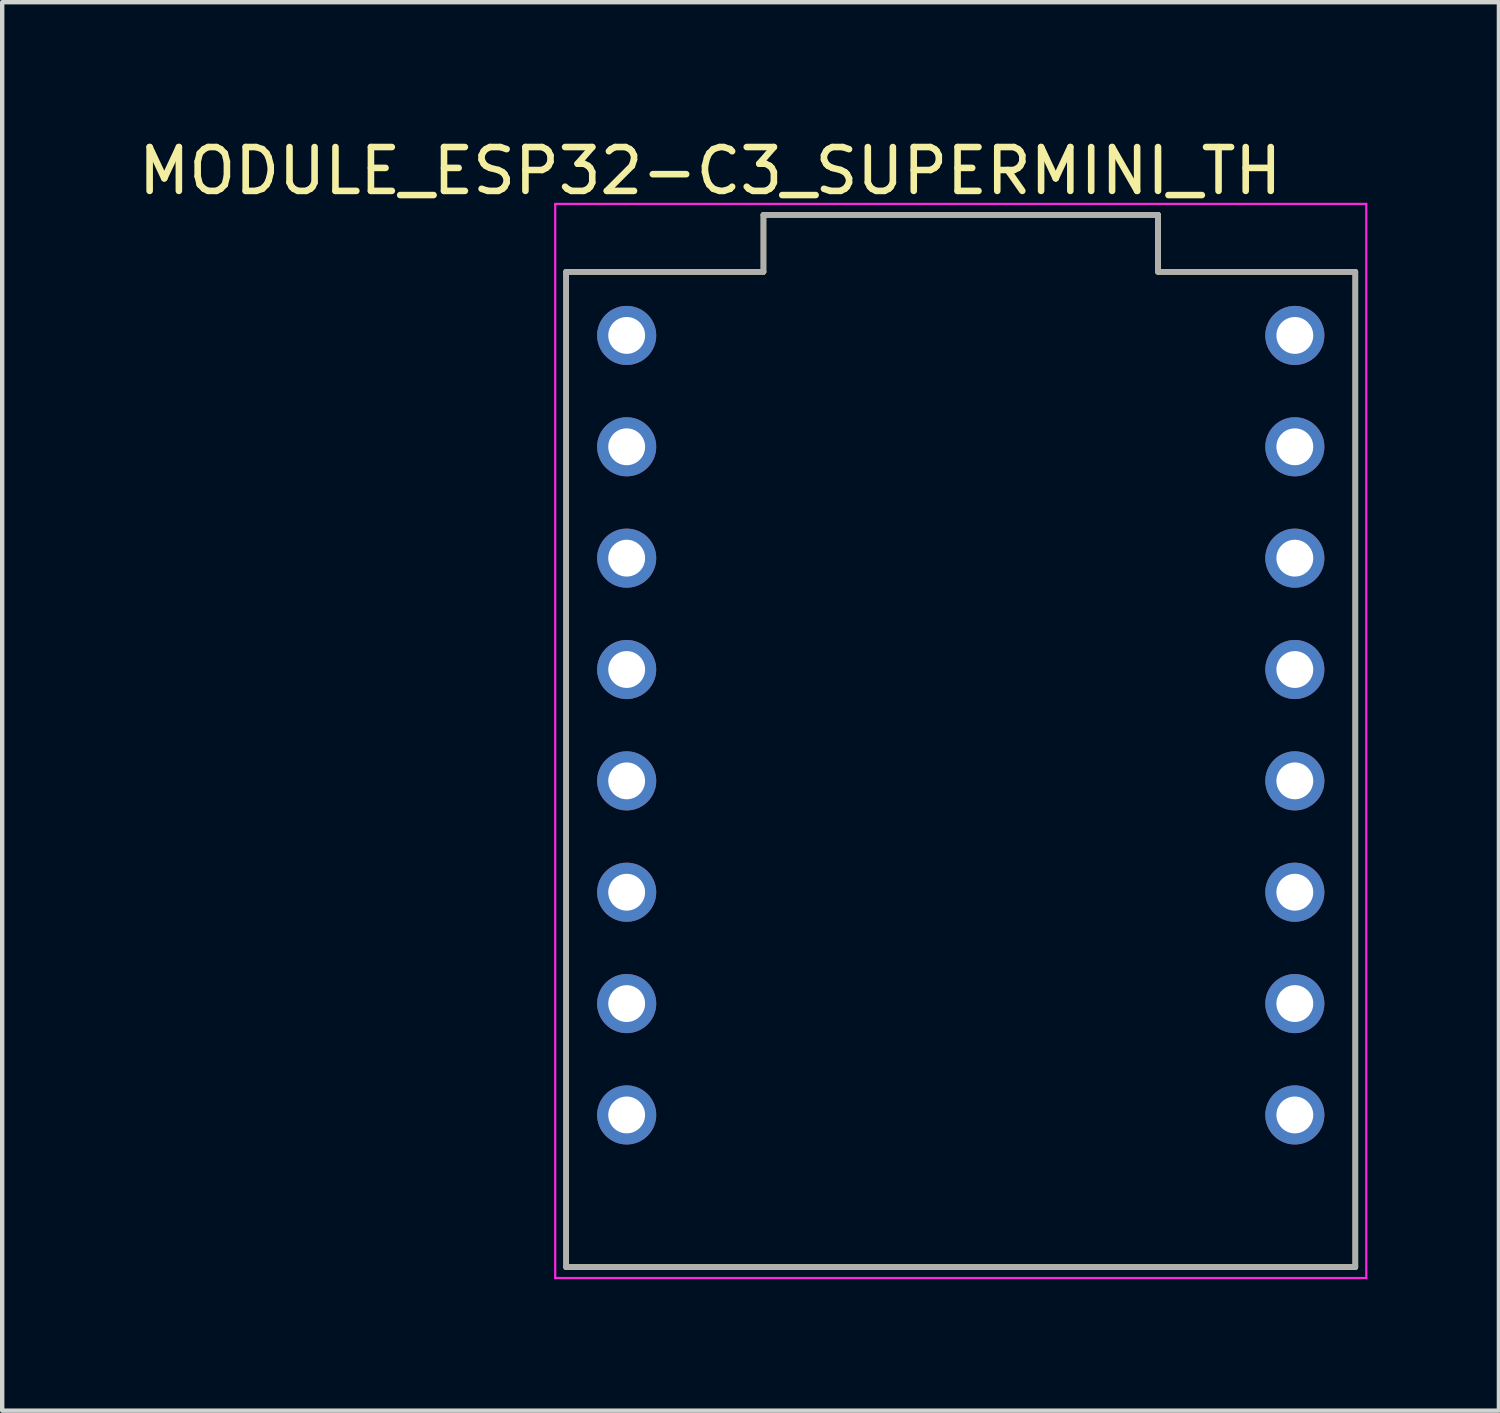
<source format=kicad_pcb>
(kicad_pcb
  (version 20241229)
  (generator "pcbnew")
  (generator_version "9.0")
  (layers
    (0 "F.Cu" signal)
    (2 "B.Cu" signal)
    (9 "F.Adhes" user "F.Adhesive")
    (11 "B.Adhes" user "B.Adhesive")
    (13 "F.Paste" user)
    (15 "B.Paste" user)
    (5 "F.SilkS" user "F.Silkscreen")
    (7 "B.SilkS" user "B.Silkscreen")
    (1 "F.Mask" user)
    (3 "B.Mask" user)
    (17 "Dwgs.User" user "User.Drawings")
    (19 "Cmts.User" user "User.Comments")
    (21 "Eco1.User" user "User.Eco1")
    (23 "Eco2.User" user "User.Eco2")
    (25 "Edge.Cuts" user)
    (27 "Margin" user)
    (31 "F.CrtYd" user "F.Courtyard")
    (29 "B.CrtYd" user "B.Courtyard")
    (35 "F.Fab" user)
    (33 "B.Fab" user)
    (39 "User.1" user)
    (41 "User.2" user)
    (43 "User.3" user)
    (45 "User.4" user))
  (footprint "MODULE_ESP32-C3_SUPERMINI_TH"
    (layer "F.Cu")
    (at 18.864 14.501)
    (property "Reference" "MODULE_ESP32-C3_SUPERMINI_TH" (at -5.715 -13.652 0) (layer "F.SilkS") (effects (font (size 1 1) (thickness 0.15))))
    (attr through_hole)
    (fp_line (start -9 11.35) (end -9 -11.35) (stroke (width 0.127) (type solid)) (layer "F.SilkS"))
    (fp_line (start -4.5 -12.65) (end -4.5 -11.35) (stroke (width 0.127) (type solid)) (layer "F.SilkS"))
    (fp_line (start -4.5 -11.35) (end -9 -11.35) (stroke (width 0.127) (type solid)) (layer "F.SilkS"))
    (fp_line (start 4.5 -12.65) (end -4.5 -12.65) (stroke (width 0.127) (type solid)) (layer "F.SilkS"))
    (fp_line (start 4.5 -12.65) (end 4.5 -11.35) (stroke (width 0.127) (type solid)) (layer "F.SilkS"))
    (fp_line (start 9 -11.35) (end 4.5 -11.35) (stroke (width 0.127) (type solid)) (layer "F.SilkS"))
    (fp_line (start 9 11.35) (end -9 11.35) (stroke (width 0.127) (type solid)) (layer "F.SilkS"))
    (fp_line (start 9 11.35) (end 9 -11.35) (stroke (width 0.127) (type solid)) (layer "F.SilkS"))
    (fp_line (start -9.25 -12.9) (end 9.25 -12.9) (stroke (width 0.05) (type solid)) (layer "F.CrtYd"))
    (fp_line (start -9.25 11.6) (end -9.25 -12.9) (stroke (width 0.05) (type solid)) (layer "F.CrtYd"))
    (fp_line (start 9.25 -12.9) (end 9.25 11.6) (stroke (width 0.05) (type solid)) (layer "F.CrtYd"))
    (fp_line (start 9.25 11.6) (end -9.25 11.6) (stroke (width 0.05) (type solid)) (layer "F.CrtYd"))
    (fp_line (start -9 11.35) (end -9 -11.35) (stroke (width 0.127) (type solid)) (layer "F.Fab"))
    (fp_line (start -4.5 -12.65) (end -4.5 -11.35) (stroke (width 0.127) (type solid)) (layer "F.Fab"))
    (fp_line (start -4.5 -11.35) (end -9 -11.35) (stroke (width 0.127) (type solid)) (layer "F.Fab"))
    (fp_line (start 4.5 -12.65) (end -4.5 -12.65) (stroke (width 0.127) (type solid)) (layer "F.Fab"))
    (fp_line (start 4.5 -12.65) (end 4.5 -11.35) (stroke (width 0.127) (type solid)) (layer "F.Fab"))
    (fp_line (start 9 -11.35) (end 4.5 -11.35) (stroke (width 0.127) (type solid)) (layer "F.Fab"))
    (fp_line (start 9 11.35) (end -9 11.35) (stroke (width 0.127) (type solid)) (layer "F.Fab"))
    (fp_line (start 9 11.35) (end 9 -11.35) (stroke (width 0.127) (type solid)) (layer "F.Fab"))
    (pad "0" thru_hole circle (at 7.62 7.88) (size 1.348 1.348) (drill 0.84) (layers "*.Cu" "*.Mask"))
    (pad "1" thru_hole circle (at 7.62 5.34) (size 1.348 1.348) (drill 0.84) (layers "*.Cu" "*.Mask"))
    (pad "2" thru_hole circle (at 7.62 2.8) (size 1.348 1.348) (drill 0.84) (layers "*.Cu" "*.Mask"))
    (pad "3" thru_hole circle (at 7.62 0.26) (size 1.348 1.348) (drill 0.84) (layers "*.Cu" "*.Mask"))
    (pad "3.3" thru_hole circle (at 7.62 -4.82) (size 1.348 1.348) (drill 0.84) (layers "*.Cu" "*.Mask"))
    (pad "4" thru_hole circle (at 7.62 -2.28) (size 1.348 1.348) (drill 0.84) (layers "*.Cu" "*.Mask"))
    (pad "5" thru_hole circle (at -7.62 -9.9) (size 1.348 1.348) (drill 0.84) (layers "*.Cu" "*.Mask"))
    (pad "5V" thru_hole circle (at 7.62 -9.9) (size 1.348 1.348) (drill 0.84) (layers "*.Cu" "*.Mask"))
    (pad "6" thru_hole circle (at -7.62 -7.36) (size 1.348 1.348) (drill 0.84) (layers "*.Cu" "*.Mask"))
    (pad "7" thru_hole circle (at -7.62 -4.82) (size 1.348 1.348) (drill 0.84) (layers "*.Cu" "*.Mask"))
    (pad "8" thru_hole circle (at -7.62 -2.28) (size 1.348 1.348) (drill 0.84) (layers "*.Cu" "*.Mask"))
    (pad "9" thru_hole circle (at -7.62 0.26) (size 1.348 1.348) (drill 0.84) (layers "*.Cu" "*.Mask"))
    (pad "10" thru_hole circle (at -7.62 2.8) (size 1.348 1.348) (drill 0.84) (layers "*.Cu" "*.Mask"))
    (pad "20" thru_hole circle (at -7.62 5.34) (size 1.348 1.348) (drill 0.84) (layers "*.Cu" "*.Mask"))
    (pad "21" thru_hole circle (at -7.62 7.88) (size 1.348 1.348) (drill 0.84) (layers "*.Cu" "*.Mask"))
    (pad "G" thru_hole circle (at 7.62 -7.36) (size 1.348 1.348) (drill 0.84) (layers "*.Cu" "*.Mask")))
  (gr_rect
    (start -3 -3)
    (end 31.139 29.126)
    (stroke (width 0.1) (type default))
    (fill no)
    (layer "Edge.Cuts")))
</source>
